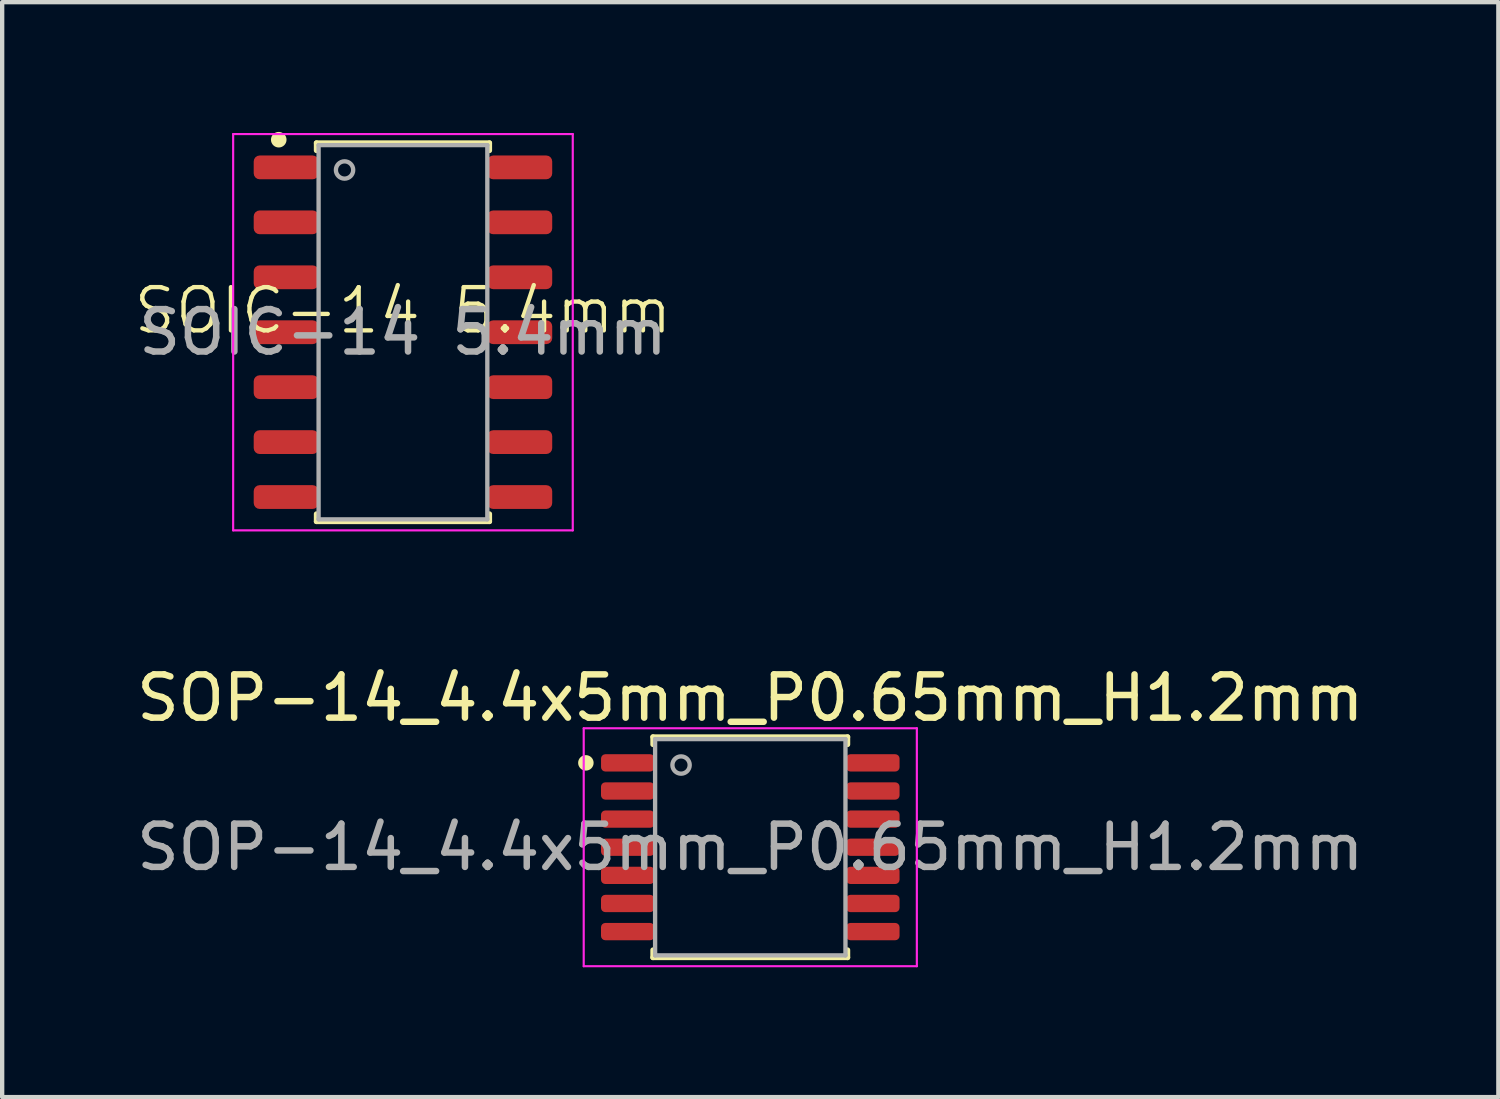
<source format=kicad_pcb>
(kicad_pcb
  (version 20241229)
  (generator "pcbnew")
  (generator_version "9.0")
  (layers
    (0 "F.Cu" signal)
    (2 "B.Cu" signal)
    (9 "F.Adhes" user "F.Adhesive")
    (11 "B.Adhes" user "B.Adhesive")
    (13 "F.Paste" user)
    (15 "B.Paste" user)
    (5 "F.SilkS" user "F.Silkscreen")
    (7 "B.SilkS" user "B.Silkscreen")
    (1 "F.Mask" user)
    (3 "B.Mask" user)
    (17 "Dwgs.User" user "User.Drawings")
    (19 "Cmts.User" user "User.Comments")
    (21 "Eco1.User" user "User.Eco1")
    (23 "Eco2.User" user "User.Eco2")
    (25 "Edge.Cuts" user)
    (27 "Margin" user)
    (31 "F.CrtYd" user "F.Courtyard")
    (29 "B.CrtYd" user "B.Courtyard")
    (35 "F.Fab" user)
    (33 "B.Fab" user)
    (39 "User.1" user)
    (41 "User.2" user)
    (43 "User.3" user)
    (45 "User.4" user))
  (footprint "SOIC-14 5.4mm"
    (layer "F.Cu")
    (at 6.264 4.629)
    (property "Reference" "SOIC-14 5.4mm" (at 0 -0.5 0) (unlocked yes) (layer "F.SilkS") (effects (font (size 1 1) (thickness 0.1))))
    (attr smd)
    (fp_line (start -2 -4.2) (end -2 -4.375) (stroke (width 0.12) (type solid)) (layer "F.SilkS"))
    (fp_line (start -2 4.2) (end -2 4.375) (stroke (width 0.12) (type solid)) (layer "F.SilkS"))
    (fp_line (start -2 4.375) (end 2 4.375) (stroke (width 0.12) (type solid)) (layer "F.SilkS"))
    (fp_line (start 2 -4.375) (end -2 -4.375) (stroke (width 0.12) (type solid)) (layer "F.SilkS"))
    (fp_line (start 2 -4.2) (end 2 -4.375) (stroke (width 0.12) (type solid)) (layer "F.SilkS"))
    (fp_line (start 2 4.2) (end 2 4.375) (stroke (width 0.12) (type solid)) (layer "F.SilkS"))
    (fp_circle (center -2.871 -4.45) (end -2.741 -4.45) (stroke (width 0.1) (type solid)) (fill yes) (layer "F.SilkS"))
    (fp_line (start -3.925 -4.58) (end -3.925 4.58) (stroke (width 0.05) (type solid)) (layer "F.CrtYd"))
    (fp_line (start -3.925 4.58) (end 3.925 4.58) (stroke (width 0.05) (type solid)) (layer "F.CrtYd"))
    (fp_line (start 3.925 -4.58) (end -3.925 -4.58) (stroke (width 0.05) (type solid)) (layer "F.CrtYd"))
    (fp_line (start 3.925 4.58) (end 3.925 -4.58) (stroke (width 0.05) (type solid)) (layer "F.CrtYd"))
    (fp_line (start -1.95 -4.325) (end 1.95 -4.325) (stroke (width 0.1) (type solid)) (layer "F.Fab"))
    (fp_line (start -1.95 4.325) (end -1.95 -4.325) (stroke (width 0.1) (type solid)) (layer "F.Fab"))
    (fp_line (start -1.95 4.325) (end 1.95 4.325) (stroke (width 0.1) (type solid)) (layer "F.Fab"))
    (fp_line (start 1.95 -4.325) (end 1.95 4.325) (stroke (width 0.1) (type solid)) (layer "F.Fab"))
    (fp_circle (center -1.35 -3.75) (end -1.15 -3.75) (stroke (width 0.1) (type solid)) (fill no) (layer "F.Fab"))
    (fp_text user "${REFERENCE}" (at 0 0 0) (layer "F.Fab") (effects (font (size 0.98 0.98) (thickness 0.15))))
    (pad "1" smd roundrect (at -2.7 -3.81) (size 1.5 0.55) (layers "F.Cu" "F.Mask" "F.Paste") (roundrect_rratio 0.25))
    (pad "2" smd roundrect (at -2.7 -2.54) (size 1.5 0.55) (layers "F.Cu" "F.Mask" "F.Paste") (roundrect_rratio 0.25))
    (pad "3" smd roundrect (at -2.7 -1.27) (size 1.5 0.55) (layers "F.Cu" "F.Mask" "F.Paste") (roundrect_rratio 0.25))
    (pad "4" smd roundrect (at -2.7 0) (size 1.5 0.55) (layers "F.Cu" "F.Mask" "F.Paste") (roundrect_rratio 0.25))
    (pad "5" smd roundrect (at -2.7 1.27) (size 1.5 0.55) (layers "F.Cu" "F.Mask" "F.Paste") (roundrect_rratio 0.25))
    (pad "6" smd roundrect (at -2.7 2.54) (size 1.5 0.55) (layers "F.Cu" "F.Mask" "F.Paste") (roundrect_rratio 0.25))
    (pad "7" smd roundrect (at -2.7 3.81) (size 1.5 0.55) (layers "F.Cu" "F.Mask" "F.Paste") (roundrect_rratio 0.25))
    (pad "8" smd roundrect (at 2.7 3.81) (size 1.5 0.55) (layers "F.Cu" "F.Mask" "F.Paste") (roundrect_rratio 0.25))
    (pad "9" smd roundrect (at 2.7 2.54) (size 1.5 0.55) (layers "F.Cu" "F.Mask" "F.Paste") (roundrect_rratio 0.25))
    (pad "10" smd roundrect (at 2.7 1.27) (size 1.5 0.55) (layers "F.Cu" "F.Mask" "F.Paste") (roundrect_rratio 0.25))
    (pad "11" smd roundrect (at 2.7 0) (size 1.5 0.55) (layers "F.Cu" "F.Mask" "F.Paste") (roundrect_rratio 0.25))
    (pad "12" smd roundrect (at 2.7 -1.27) (size 1.5 0.55) (layers "F.Cu" "F.Mask" "F.Paste") (roundrect_rratio 0.25))
    (pad "13" smd roundrect (at 2.7 -2.54) (size 1.5 0.55) (layers "F.Cu" "F.Mask" "F.Paste") (roundrect_rratio 0.25))
    (pad "14" smd roundrect (at 2.7 -3.81) (size 1.5 0.55) (layers "F.Cu" "F.Mask" "F.Paste") (roundrect_rratio 0.25)))
  (footprint "SOP-14_4.4x5mm_P0.65mm_H1.2mm"
    (layer "F.Cu")
    (at 14.292 16.533)
    (property "Reference" "SOP-14_4.4x5mm_P0.65mm_H1.2mm" (at 0 -3.45 0) (layer "F.SilkS") (effects (font (size 1 1) (thickness 0.15))))
    (attr smd)
    (fp_line (start -2.25 -2.375) (end -2.25 -2.55) (stroke (width 0.12) (type solid)) (layer "F.SilkS"))
    (fp_line (start -2.25 2.375) (end -2.25 2.55) (stroke (width 0.12) (type solid)) (layer "F.SilkS"))
    (fp_line (start -2.25 2.55) (end 2.25 2.55) (stroke (width 0.12) (type solid)) (layer "F.SilkS"))
    (fp_line (start 2.25 -2.55) (end -2.25 -2.55) (stroke (width 0.12) (type solid)) (layer "F.SilkS"))
    (fp_line (start 2.25 -2.375) (end 2.25 -2.55) (stroke (width 0.12) (type solid)) (layer "F.SilkS"))
    (fp_line (start 2.25 2.375) (end 2.25 2.55) (stroke (width 0.12) (type solid)) (layer "F.SilkS"))
    (fp_circle (center -3.8 -1.95) (end -3.671 -1.95) (stroke (width 0.1) (type solid)) (fill yes) (layer "F.SilkS"))
    (fp_line (start -3.85 -2.75) (end -3.85 2.75) (stroke (width 0.05) (type solid)) (layer "F.CrtYd"))
    (fp_line (start -3.85 2.75) (end 3.85 2.75) (stroke (width 0.05) (type solid)) (layer "F.CrtYd"))
    (fp_line (start 3.85 -2.75) (end -3.85 -2.75) (stroke (width 0.05) (type solid)) (layer "F.CrtYd"))
    (fp_line (start 3.85 2.75) (end 3.85 -2.75) (stroke (width 0.05) (type solid)) (layer "F.CrtYd"))
    (fp_line (start -2.2 -2.5) (end 2.2 -2.5) (stroke (width 0.1) (type solid)) (layer "F.Fab"))
    (fp_line (start -2.2 2.5) (end -2.2 -2.5) (stroke (width 0.1) (type solid)) (layer "F.Fab"))
    (fp_line (start 2.2 -2.5) (end 2.2 2.5) (stroke (width 0.1) (type solid)) (layer "F.Fab"))
    (fp_line (start 2.2 2.5) (end -2.2 2.5) (stroke (width 0.1) (type solid)) (layer "F.Fab"))
    (fp_circle (center -1.6 -1.9) (end -1.4 -1.9) (stroke (width 0.1) (type solid)) (fill no) (layer "F.Fab"))
    (fp_text user "${REFERENCE}" (at 0 0 0) (layer "F.Fab") (effects (font (size 1 1) (thickness 0.15))))
    (pad "1" smd roundrect (at -2.832 -1.95) (size 1.235 0.4) (layers "F.Cu" "F.Mask" "F.Paste") (roundrect_rratio 0.25))
    (pad "2" smd roundrect (at -2.833 -1.3) (size 1.235 0.4) (layers "F.Cu" "F.Mask" "F.Paste") (roundrect_rratio 0.25))
    (pad "3" smd roundrect (at -2.833 -0.65) (size 1.235 0.4) (layers "F.Cu" "F.Mask" "F.Paste") (roundrect_rratio 0.25))
    (pad "4" smd roundrect (at -2.833 0) (size 1.235 0.4) (layers "F.Cu" "F.Mask" "F.Paste") (roundrect_rratio 0.25))
    (pad "5" smd roundrect (at -2.833 0.65) (size 1.235 0.4) (layers "F.Cu" "F.Mask" "F.Paste") (roundrect_rratio 0.25))
    (pad "6" smd roundrect (at -2.833 1.3) (size 1.235 0.4) (layers "F.Cu" "F.Mask" "F.Paste") (roundrect_rratio 0.25))
    (pad "7" smd roundrect (at -2.833 1.95) (size 1.235 0.4) (layers "F.Cu" "F.Mask" "F.Paste") (roundrect_rratio 0.25))
    (pad "8" smd roundrect (at 2.833 1.95) (size 1.235 0.4) (layers "F.Cu" "F.Mask" "F.Paste") (roundrect_rratio 0.25))
    (pad "9" smd roundrect (at 2.833 1.3) (size 1.235 0.4) (layers "F.Cu" "F.Mask" "F.Paste") (roundrect_rratio 0.25))
    (pad "10" smd roundrect (at 2.833 0.65) (size 1.235 0.4) (layers "F.Cu" "F.Mask" "F.Paste") (roundrect_rratio 0.25))
    (pad "11" smd roundrect (at 2.833 0) (size 1.235 0.4) (layers "F.Cu" "F.Mask" "F.Paste") (roundrect_rratio 0.25))
    (pad "12" smd roundrect (at 2.833 -0.65) (size 1.235 0.4) (layers "F.Cu" "F.Mask" "F.Paste") (roundrect_rratio 0.25))
    (pad "13" smd roundrect (at 2.833 -1.3) (size 1.235 0.4) (layers "F.Cu" "F.Mask" "F.Paste") (roundrect_rratio 0.25))
    (pad "14" smd roundrect (at 2.833 -1.95) (size 1.235 0.4) (layers "F.Cu" "F.Mask" "F.Paste") (roundrect_rratio 0.25)))
  (gr_rect
    (start -3 -3)
    (end 31.583 22.308)
    (stroke (width 0.1) (type default))
    (fill no)
    (layer "Edge.Cuts")))
</source>
